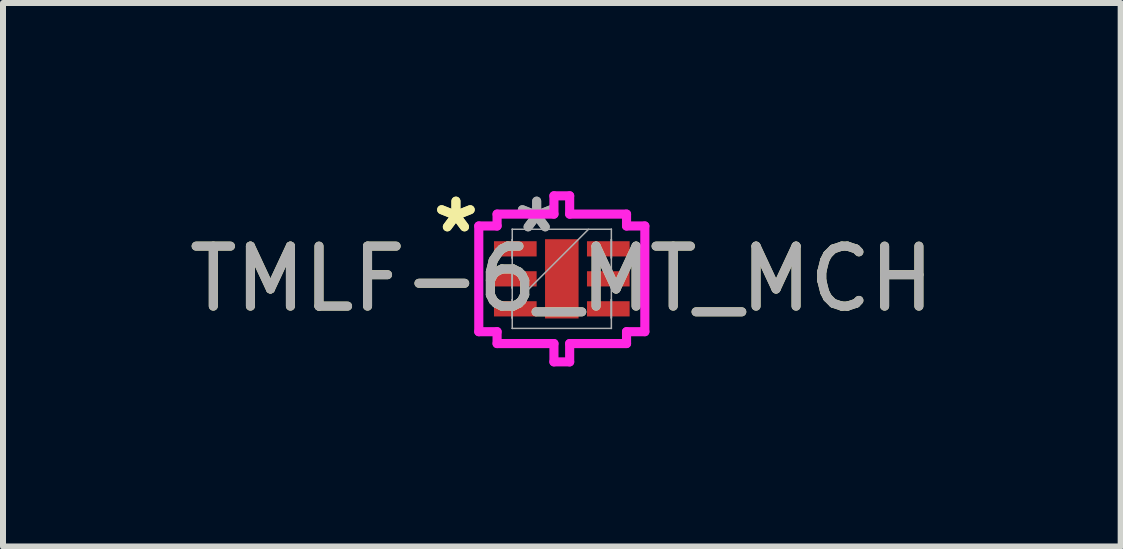
<source format=kicad_pcb>
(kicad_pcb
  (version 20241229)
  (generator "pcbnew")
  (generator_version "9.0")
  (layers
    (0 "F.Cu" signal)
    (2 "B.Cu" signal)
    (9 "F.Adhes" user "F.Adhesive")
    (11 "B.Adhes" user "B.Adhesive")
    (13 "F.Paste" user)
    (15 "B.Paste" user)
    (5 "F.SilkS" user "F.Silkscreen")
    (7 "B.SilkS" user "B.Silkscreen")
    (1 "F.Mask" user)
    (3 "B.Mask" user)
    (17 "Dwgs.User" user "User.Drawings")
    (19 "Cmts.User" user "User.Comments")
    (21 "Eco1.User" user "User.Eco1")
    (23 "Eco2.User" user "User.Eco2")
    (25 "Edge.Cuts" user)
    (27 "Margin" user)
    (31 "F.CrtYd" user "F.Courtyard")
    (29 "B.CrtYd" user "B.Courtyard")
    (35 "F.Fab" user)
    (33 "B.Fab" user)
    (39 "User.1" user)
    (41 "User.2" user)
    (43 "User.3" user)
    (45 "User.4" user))
  (footprint "TMLF-6_MT_MCH"
    (layer "F.Cu")
    (at 6.315 1.598)
    (property "Reference" "TMLF-6_MT_MCH" (at 0 0 0) (unlocked yes) (layer "F.SilkS") (effects (font (size 1 1) (thickness 0.15))))
    (attr smd)
    (fp_line (start -1.384 -0.881) (end -1.079 -0.881) (stroke (width 0.152) (type solid)) (layer "F.CrtYd"))
    (fp_line (start -1.384 0.881) (end -1.384 -0.881) (stroke (width 0.152) (type solid)) (layer "F.CrtYd"))
    (fp_line (start -1.079 -1.079) (end -0.131 -1.079) (stroke (width 0.152) (type solid)) (layer "F.CrtYd"))
    (fp_line (start -1.079 -0.881) (end -1.079 -1.079) (stroke (width 0.152) (type solid)) (layer "F.CrtYd"))
    (fp_line (start -1.079 0.881) (end -1.384 0.881) (stroke (width 0.152) (type solid)) (layer "F.CrtYd"))
    (fp_line (start -1.079 1.079) (end -1.079 0.881) (stroke (width 0.152) (type solid)) (layer "F.CrtYd"))
    (fp_line (start -0.131 -1.384) (end 0.131 -1.384) (stroke (width 0.152) (type solid)) (layer "F.CrtYd"))
    (fp_line (start -0.131 -1.079) (end -0.131 -1.384) (stroke (width 0.152) (type solid)) (layer "F.CrtYd"))
    (fp_line (start -0.131 1.079) (end -1.079 1.079) (stroke (width 0.152) (type solid)) (layer "F.CrtYd"))
    (fp_line (start -0.131 1.384) (end -0.131 1.079) (stroke (width 0.152) (type solid)) (layer "F.CrtYd"))
    (fp_line (start 0.131 -1.384) (end 0.131 -1.079) (stroke (width 0.152) (type solid)) (layer "F.CrtYd"))
    (fp_line (start 0.131 -1.079) (end 1.079 -1.079) (stroke (width 0.152) (type solid)) (layer "F.CrtYd"))
    (fp_line (start 0.131 1.079) (end 0.131 1.384) (stroke (width 0.152) (type solid)) (layer "F.CrtYd"))
    (fp_line (start 0.131 1.384) (end -0.131 1.384) (stroke (width 0.152) (type solid)) (layer "F.CrtYd"))
    (fp_line (start 1.079 -1.079) (end 1.079 -0.881) (stroke (width 0.152) (type solid)) (layer "F.CrtYd"))
    (fp_line (start 1.079 -0.881) (end 1.384 -0.881) (stroke (width 0.152) (type solid)) (layer "F.CrtYd"))
    (fp_line (start 1.079 0.881) (end 1.079 1.079) (stroke (width 0.152) (type solid)) (layer "F.CrtYd"))
    (fp_line (start 1.079 1.079) (end 0.131 1.079) (stroke (width 0.152) (type solid)) (layer "F.CrtYd"))
    (fp_line (start 1.384 -0.881) (end 1.384 0.881) (stroke (width 0.152) (type solid)) (layer "F.CrtYd"))
    (fp_line (start 1.384 0.881) (end 1.079 0.881) (stroke (width 0.152) (type solid)) (layer "F.CrtYd"))
    (fp_line (start -0.826 -0.826) (end -0.826 -0.826) (stroke (width 0.025) (type solid)) (layer "F.Fab"))
    (fp_line (start -0.826 -0.826) (end -0.826 0.826) (stroke (width 0.025) (type solid)) (layer "F.Fab"))
    (fp_line (start -0.826 -0.652) (end -0.826 -0.652) (stroke (width 0.025) (type solid)) (layer "F.Fab"))
    (fp_line (start -0.826 -0.652) (end -0.826 -0.348) (stroke (width 0.025) (type solid)) (layer "F.Fab"))
    (fp_line (start -0.826 -0.348) (end -0.826 -0.652) (stroke (width 0.025) (type solid)) (layer "F.Fab"))
    (fp_line (start -0.826 -0.348) (end -0.826 -0.348) (stroke (width 0.025) (type solid)) (layer "F.Fab"))
    (fp_line (start -0.826 -0.152) (end -0.826 -0.152) (stroke (width 0.025) (type solid)) (layer "F.Fab"))
    (fp_line (start -0.826 -0.152) (end -0.826 0.152) (stroke (width 0.025) (type solid)) (layer "F.Fab"))
    (fp_line (start -0.826 0.152) (end -0.826 -0.152) (stroke (width 0.025) (type solid)) (layer "F.Fab"))
    (fp_line (start -0.826 0.152) (end -0.826 0.152) (stroke (width 0.025) (type solid)) (layer "F.Fab"))
    (fp_line (start -0.826 0.348) (end -0.826 0.348) (stroke (width 0.025) (type solid)) (layer "F.Fab"))
    (fp_line (start -0.826 0.348) (end -0.826 0.652) (stroke (width 0.025) (type solid)) (layer "F.Fab"))
    (fp_line (start -0.826 0.445) (end 0.445 -0.826) (stroke (width 0.025) (type solid)) (layer "F.Fab"))
    (fp_line (start -0.826 0.652) (end -0.826 0.348) (stroke (width 0.025) (type solid)) (layer "F.Fab"))
    (fp_line (start -0.826 0.652) (end -0.826 0.652) (stroke (width 0.025) (type solid)) (layer "F.Fab"))
    (fp_line (start -0.826 0.826) (end -0.826 0.826) (stroke (width 0.025) (type solid)) (layer "F.Fab"))
    (fp_line (start -0.826 0.826) (end 0.826 0.826) (stroke (width 0.025) (type solid)) (layer "F.Fab"))
    (fp_line (start 0.826 -0.826) (end -0.826 -0.826) (stroke (width 0.025) (type solid)) (layer "F.Fab"))
    (fp_line (start 0.826 -0.826) (end 0.826 -0.826) (stroke (width 0.025) (type solid)) (layer "F.Fab"))
    (fp_line (start 0.826 -0.652) (end 0.826 -0.652) (stroke (width 0.025) (type solid)) (layer "F.Fab"))
    (fp_line (start 0.826 -0.652) (end 0.826 -0.348) (stroke (width 0.025) (type solid)) (layer "F.Fab"))
    (fp_line (start 0.826 -0.348) (end 0.826 -0.652) (stroke (width 0.025) (type solid)) (layer "F.Fab"))
    (fp_line (start 0.826 -0.348) (end 0.826 -0.348) (stroke (width 0.025) (type solid)) (layer "F.Fab"))
    (fp_line (start 0.826 -0.152) (end 0.826 -0.152) (stroke (width 0.025) (type solid)) (layer "F.Fab"))
    (fp_line (start 0.826 -0.152) (end 0.826 0.152) (stroke (width 0.025) (type solid)) (layer "F.Fab"))
    (fp_line (start 0.826 0.152) (end 0.826 -0.152) (stroke (width 0.025) (type solid)) (layer "F.Fab"))
    (fp_line (start 0.826 0.152) (end 0.826 0.152) (stroke (width 0.025) (type solid)) (layer "F.Fab"))
    (fp_line (start 0.826 0.348) (end 0.826 0.348) (stroke (width 0.025) (type solid)) (layer "F.Fab"))
    (fp_line (start 0.826 0.348) (end 0.826 0.652) (stroke (width 0.025) (type solid)) (layer "F.Fab"))
    (fp_line (start 0.826 0.652) (end 0.826 0.348) (stroke (width 0.025) (type solid)) (layer "F.Fab"))
    (fp_line (start 0.826 0.652) (end 0.826 0.652) (stroke (width 0.025) (type solid)) (layer "F.Fab"))
    (fp_line (start 0.826 0.826) (end 0.826 -0.826) (stroke (width 0.025) (type solid)) (layer "F.Fab"))
    (fp_line (start 0.826 0.826) (end 0.826 0.826) (stroke (width 0.025) (type solid)) (layer "F.Fab"))
    (fp_text user "*" (at -1.765 -0.75 0) (unlocked yes) (layer "F.SilkS") (effects (font (size 1 1) (thickness 0.15))))
    (fp_text user "*" (at -1.765 -0.75 0) (layer "F.SilkS") (effects (font (size 1 1) (thickness 0.15))))
    (fp_text user "*" (at -0.419 -0.75 0) (unlocked yes) (layer "F.Fab") (effects (font (size 1 1) (thickness 0.15))))
    (fp_text user "*" (at -0.419 -0.75 0) (layer "F.Fab") (effects (font (size 1 1) (thickness 0.15))))
    (fp_text user "${REFERENCE}" (at 0 0 0) (unlocked yes) (layer "F.Fab") (effects (font (size 1 1) (thickness 0.15))))
    (pad "1" smd rect (at -0.775 -0.5 90) (size 0.254 0.711) (layers "F.Cu" "F.Mask" "F.Paste"))
    (pad "2" smd rect (at -0.775 0 90) (size 0.254 0.711) (layers "F.Cu" "F.Mask" "F.Paste"))
    (pad "3" smd rect (at -0.775 0.5 90) (size 0.254 0.711) (layers "F.Cu" "F.Mask" "F.Paste"))
    (pad "4" smd rect (at 0.775 0.5 90) (size 0.254 0.711) (layers "F.Cu" "F.Mask" "F.Paste"))
    (pad "5" smd rect (at 0.775 0 90) (size 0.254 0.711) (layers "F.Cu" "F.Mask" "F.Paste"))
    (pad "6" smd rect (at 0.775 -0.5 90) (size 0.254 0.711) (layers "F.Cu" "F.Mask" "F.Paste"))
    (pad "7" smd rect (at 0 0) (size 0.559 1.321) (layers "F.Cu" "F.Mask" "F.Paste")))
  (gr_rect
    (start -3 -3)
    (end 15.631 6.059)
    (stroke (width 0.1) (type default))
    (fill no)
    (layer "Edge.Cuts")))
</source>
